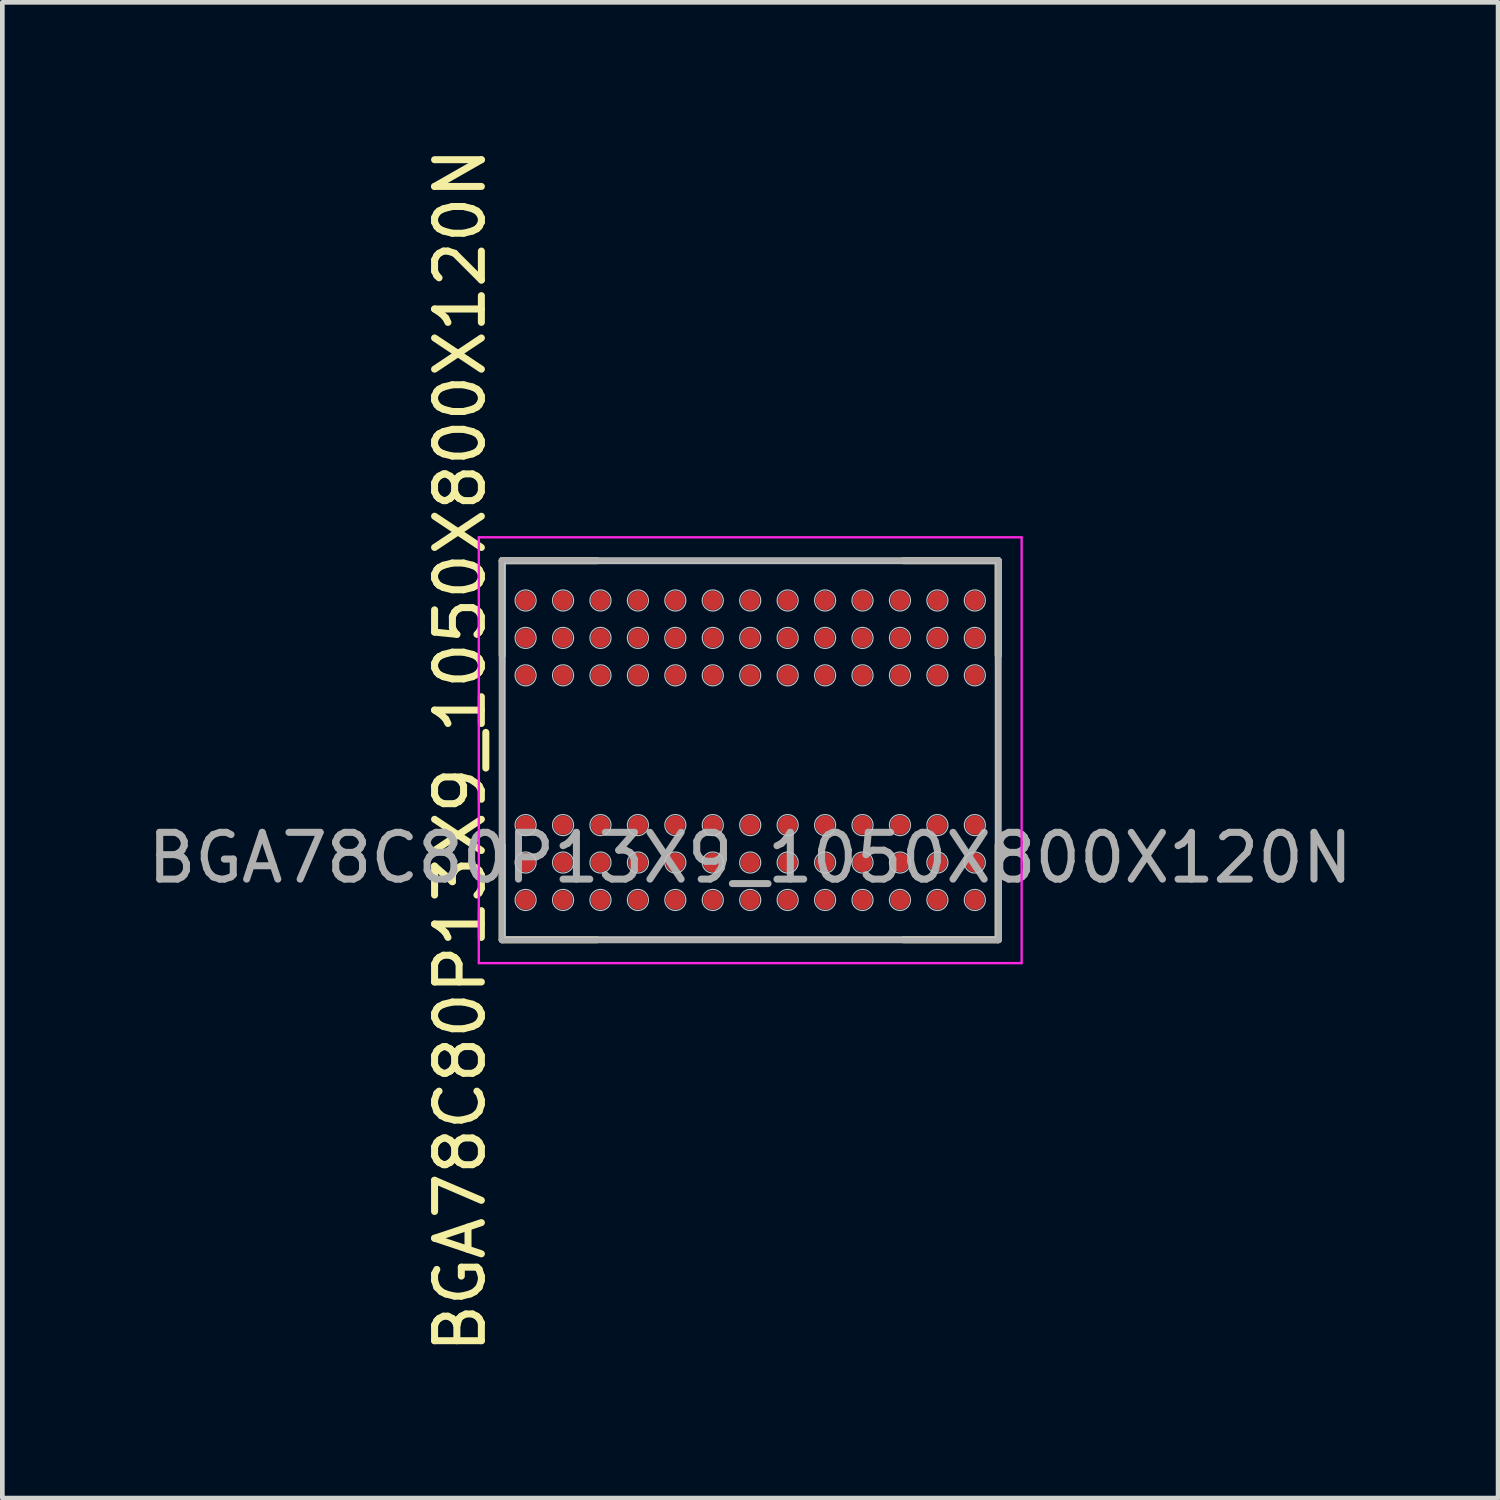
<source format=kicad_pcb>
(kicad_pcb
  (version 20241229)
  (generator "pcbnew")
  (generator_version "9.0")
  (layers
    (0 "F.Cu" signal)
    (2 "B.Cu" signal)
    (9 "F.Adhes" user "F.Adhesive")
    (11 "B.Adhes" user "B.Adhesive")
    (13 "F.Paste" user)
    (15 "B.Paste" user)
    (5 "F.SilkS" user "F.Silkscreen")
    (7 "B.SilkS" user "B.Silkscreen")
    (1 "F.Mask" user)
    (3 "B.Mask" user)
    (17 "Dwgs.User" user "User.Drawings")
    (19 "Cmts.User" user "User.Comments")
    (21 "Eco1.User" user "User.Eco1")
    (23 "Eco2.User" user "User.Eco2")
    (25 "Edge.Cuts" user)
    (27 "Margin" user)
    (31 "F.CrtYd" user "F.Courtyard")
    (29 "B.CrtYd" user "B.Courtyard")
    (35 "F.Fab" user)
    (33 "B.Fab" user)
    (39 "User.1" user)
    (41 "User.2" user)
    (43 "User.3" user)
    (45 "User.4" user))
  (footprint "BGA78C80P13X9_1050X800X120N"
    (layer "F.Cu")
    (at 12.982 12.982)
    (property "Reference" "BGA78C80P13X9_1050X800X120N" (at 0 2.3 0) (layer "F.Fab") (effects (font (size 1 1) (thickness 0.15))))
    (attr smd)
    (fp_line (start -5.3 -4.05) (end -5.3 -2.025) (stroke (width 0.15) (type solid)) (layer "F.SilkS"))
    (fp_line (start -5.3 4.05) (end -5.3 2.025) (stroke (width 0.15) (type solid)) (layer "F.SilkS"))
    (fp_line (start -3.275 -4.05) (end -5.3 -4.05) (stroke (width 0.15) (type solid)) (layer "F.SilkS"))
    (fp_line (start -3.275 4.05) (end -5.3 4.05) (stroke (width 0.15) (type solid)) (layer "F.SilkS"))
    (fp_line (start 3.275 -4.05) (end 5.3 -4.05) (stroke (width 0.15) (type solid)) (layer "F.SilkS"))
    (fp_line (start 3.275 4.05) (end 5.3 4.05) (stroke (width 0.15) (type solid)) (layer "F.SilkS"))
    (fp_line (start 5.3 -4.05) (end 5.3 -2.025) (stroke (width 0.15) (type solid)) (layer "F.SilkS"))
    (fp_line (start 5.3 4.05) (end 5.3 2.025) (stroke (width 0.15) (type solid)) (layer "F.SilkS"))
    (fp_line (start -5.25 -4) (end 5.25 -4) (stroke (width 0.025) (type solid)) (layer "Dwgs.User"))
    (fp_line (start -5.25 4) (end -5.25 -4) (stroke (width 0.025) (type solid)) (layer "Dwgs.User"))
    (fp_line (start 5.25 -4) (end 5.25 4) (stroke (width 0.025) (type solid)) (layer "Dwgs.User"))
    (fp_line (start 5.25 4) (end -5.25 4) (stroke (width 0.025) (type solid)) (layer "Dwgs.User"))
    (fp_circle (center -4.8 -3.2) (end -4.8 -2.975) (stroke (width 0.025) (type solid)) (fill no) (layer "Dwgs.User"))
    (fp_circle (center -4.8 -2.4) (end -4.8 -2.175) (stroke (width 0.025) (type solid)) (fill no) (layer "Dwgs.User"))
    (fp_circle (center -4.8 -1.6) (end -4.8 -1.375) (stroke (width 0.025) (type solid)) (fill no) (layer "Dwgs.User"))
    (fp_circle (center -4.8 1.6) (end -4.8 1.825) (stroke (width 0.025) (type solid)) (fill no) (layer "Dwgs.User"))
    (fp_circle (center -4.8 2.4) (end -4.8 2.625) (stroke (width 0.025) (type solid)) (fill no) (layer "Dwgs.User"))
    (fp_circle (center -4.8 3.2) (end -4.8 3.425) (stroke (width 0.025) (type solid)) (fill no) (layer "Dwgs.User"))
    (fp_circle (center -4 -3.2) (end -4 -2.975) (stroke (width 0.025) (type solid)) (fill no) (layer "Dwgs.User"))
    (fp_circle (center -4 -2.4) (end -4 -2.175) (stroke (width 0.025) (type solid)) (fill no) (layer "Dwgs.User"))
    (fp_circle (center -4 -1.6) (end -4 -1.375) (stroke (width 0.025) (type solid)) (fill no) (layer "Dwgs.User"))
    (fp_circle (center -4 1.6) (end -4 1.825) (stroke (width 0.025) (type solid)) (fill no) (layer "Dwgs.User"))
    (fp_circle (center -4 2.4) (end -4 2.625) (stroke (width 0.025) (type solid)) (fill no) (layer "Dwgs.User"))
    (fp_circle (center -4 3.2) (end -4 3.425) (stroke (width 0.025) (type solid)) (fill no) (layer "Dwgs.User"))
    (fp_circle (center -3.2 -3.2) (end -3.2 -2.975) (stroke (width 0.025) (type solid)) (fill no) (layer "Dwgs.User"))
    (fp_circle (center -3.2 -2.4) (end -3.2 -2.175) (stroke (width 0.025) (type solid)) (fill no) (layer "Dwgs.User"))
    (fp_circle (center -3.2 -1.6) (end -3.2 -1.375) (stroke (width 0.025) (type solid)) (fill no) (layer "Dwgs.User"))
    (fp_circle (center -3.2 1.6) (end -3.2 1.825) (stroke (width 0.025) (type solid)) (fill no) (layer "Dwgs.User"))
    (fp_circle (center -3.2 2.4) (end -3.2 2.625) (stroke (width 0.025) (type solid)) (fill no) (layer "Dwgs.User"))
    (fp_circle (center -3.2 3.2) (end -3.2 3.425) (stroke (width 0.025) (type solid)) (fill no) (layer "Dwgs.User"))
    (fp_circle (center -2.4 -3.2) (end -2.4 -2.975) (stroke (width 0.025) (type solid)) (fill no) (layer "Dwgs.User"))
    (fp_circle (center -2.4 -2.4) (end -2.4 -2.175) (stroke (width 0.025) (type solid)) (fill no) (layer "Dwgs.User"))
    (fp_circle (center -2.4 -1.6) (end -2.4 -1.375) (stroke (width 0.025) (type solid)) (fill no) (layer "Dwgs.User"))
    (fp_circle (center -2.4 1.6) (end -2.4 1.825) (stroke (width 0.025) (type solid)) (fill no) (layer "Dwgs.User"))
    (fp_circle (center -2.4 2.4) (end -2.4 2.625) (stroke (width 0.025) (type solid)) (fill no) (layer "Dwgs.User"))
    (fp_circle (center -2.4 3.2) (end -2.4 3.425) (stroke (width 0.025) (type solid)) (fill no) (layer "Dwgs.User"))
    (fp_circle (center -1.6 -3.2) (end -1.6 -2.975) (stroke (width 0.025) (type solid)) (fill no) (layer "Dwgs.User"))
    (fp_circle (center -1.6 -2.4) (end -1.6 -2.175) (stroke (width 0.025) (type solid)) (fill no) (layer "Dwgs.User"))
    (fp_circle (center -1.6 -1.6) (end -1.6 -1.375) (stroke (width 0.025) (type solid)) (fill no) (layer "Dwgs.User"))
    (fp_circle (center -1.6 1.6) (end -1.6 1.825) (stroke (width 0.025) (type solid)) (fill no) (layer "Dwgs.User"))
    (fp_circle (center -1.6 2.4) (end -1.6 2.625) (stroke (width 0.025) (type solid)) (fill no) (layer "Dwgs.User"))
    (fp_circle (center -1.6 3.2) (end -1.6 3.425) (stroke (width 0.025) (type solid)) (fill no) (layer "Dwgs.User"))
    (fp_circle (center -0.8 -3.2) (end -0.8 -2.975) (stroke (width 0.025) (type solid)) (fill no) (layer "Dwgs.User"))
    (fp_circle (center -0.8 -2.4) (end -0.8 -2.175) (stroke (width 0.025) (type solid)) (fill no) (layer "Dwgs.User"))
    (fp_circle (center -0.8 -1.6) (end -0.8 -1.375) (stroke (width 0.025) (type solid)) (fill no) (layer "Dwgs.User"))
    (fp_circle (center -0.8 1.6) (end -0.8 1.825) (stroke (width 0.025) (type solid)) (fill no) (layer "Dwgs.User"))
    (fp_circle (center -0.8 2.4) (end -0.8 2.625) (stroke (width 0.025) (type solid)) (fill no) (layer "Dwgs.User"))
    (fp_circle (center -0.8 3.2) (end -0.8 3.425) (stroke (width 0.025) (type solid)) (fill no) (layer "Dwgs.User"))
    (fp_circle (center 0 -3.2) (end 0 -2.975) (stroke (width 0.025) (type solid)) (fill no) (layer "Dwgs.User"))
    (fp_circle (center 0 -2.4) (end 0 -2.175) (stroke (width 0.025) (type solid)) (fill no) (layer "Dwgs.User"))
    (fp_circle (center 0 -1.6) (end 0 -1.375) (stroke (width 0.025) (type solid)) (fill no) (layer "Dwgs.User"))
    (fp_circle (center 0 1.6) (end 0 1.825) (stroke (width 0.025) (type solid)) (fill no) (layer "Dwgs.User"))
    (fp_circle (center 0 2.4) (end 0 2.625) (stroke (width 0.025) (type solid)) (fill no) (layer "Dwgs.User"))
    (fp_circle (center 0 3.2) (end 0 3.425) (stroke (width 0.025) (type solid)) (fill no) (layer "Dwgs.User"))
    (fp_circle (center 0.8 -3.2) (end 0.8 -2.975) (stroke (width 0.025) (type solid)) (fill no) (layer "Dwgs.User"))
    (fp_circle (center 0.8 -2.4) (end 0.8 -2.175) (stroke (width 0.025) (type solid)) (fill no) (layer "Dwgs.User"))
    (fp_circle (center 0.8 -1.6) (end 0.8 -1.375) (stroke (width 0.025) (type solid)) (fill no) (layer "Dwgs.User"))
    (fp_circle (center 0.8 1.6) (end 0.8 1.825) (stroke (width 0.025) (type solid)) (fill no) (layer "Dwgs.User"))
    (fp_circle (center 0.8 2.4) (end 0.8 2.625) (stroke (width 0.025) (type solid)) (fill no) (layer "Dwgs.User"))
    (fp_circle (center 0.8 3.2) (end 0.8 3.425) (stroke (width 0.025) (type solid)) (fill no) (layer "Dwgs.User"))
    (fp_circle (center 1.6 -3.2) (end 1.6 -2.975) (stroke (width 0.025) (type solid)) (fill no) (layer "Dwgs.User"))
    (fp_circle (center 1.6 -2.4) (end 1.6 -2.175) (stroke (width 0.025) (type solid)) (fill no) (layer "Dwgs.User"))
    (fp_circle (center 1.6 -1.6) (end 1.6 -1.375) (stroke (width 0.025) (type solid)) (fill no) (layer "Dwgs.User"))
    (fp_circle (center 1.6 1.6) (end 1.6 1.825) (stroke (width 0.025) (type solid)) (fill no) (layer "Dwgs.User"))
    (fp_circle (center 1.6 2.4) (end 1.6 2.625) (stroke (width 0.025) (type solid)) (fill no) (layer "Dwgs.User"))
    (fp_circle (center 1.6 3.2) (end 1.6 3.425) (stroke (width 0.025) (type solid)) (fill no) (layer "Dwgs.User"))
    (fp_circle (center 2.4 -3.2) (end 2.4 -2.975) (stroke (width 0.025) (type solid)) (fill no) (layer "Dwgs.User"))
    (fp_circle (center 2.4 -2.4) (end 2.4 -2.175) (stroke (width 0.025) (type solid)) (fill no) (layer "Dwgs.User"))
    (fp_circle (center 2.4 -1.6) (end 2.4 -1.375) (stroke (width 0.025) (type solid)) (fill no) (layer "Dwgs.User"))
    (fp_circle (center 2.4 1.6) (end 2.4 1.825) (stroke (width 0.025) (type solid)) (fill no) (layer "Dwgs.User"))
    (fp_circle (center 2.4 2.4) (end 2.4 2.625) (stroke (width 0.025) (type solid)) (fill no) (layer "Dwgs.User"))
    (fp_circle (center 2.4 3.2) (end 2.4 3.425) (stroke (width 0.025) (type solid)) (fill no) (layer "Dwgs.User"))
    (fp_circle (center 3.2 -3.2) (end 3.2 -2.975) (stroke (width 0.025) (type solid)) (fill no) (layer "Dwgs.User"))
    (fp_circle (center 3.2 -2.4) (end 3.2 -2.175) (stroke (width 0.025) (type solid)) (fill no) (layer "Dwgs.User"))
    (fp_circle (center 3.2 -1.6) (end 3.2 -1.375) (stroke (width 0.025) (type solid)) (fill no) (layer "Dwgs.User"))
    (fp_circle (center 3.2 1.6) (end 3.2 1.825) (stroke (width 0.025) (type solid)) (fill no) (layer "Dwgs.User"))
    (fp_circle (center 3.2 2.4) (end 3.2 2.625) (stroke (width 0.025) (type solid)) (fill no) (layer "Dwgs.User"))
    (fp_circle (center 3.2 3.2) (end 3.2 3.425) (stroke (width 0.025) (type solid)) (fill no) (layer "Dwgs.User"))
    (fp_circle (center 4 -3.2) (end 4 -2.975) (stroke (width 0.025) (type solid)) (fill no) (layer "Dwgs.User"))
    (fp_circle (center 4 -2.4) (end 4 -2.175) (stroke (width 0.025) (type solid)) (fill no) (layer "Dwgs.User"))
    (fp_circle (center 4 -1.6) (end 4 -1.375) (stroke (width 0.025) (type solid)) (fill no) (layer "Dwgs.User"))
    (fp_circle (center 4 1.6) (end 4 1.825) (stroke (width 0.025) (type solid)) (fill no) (layer "Dwgs.User"))
    (fp_circle (center 4 2.4) (end 4 2.625) (stroke (width 0.025) (type solid)) (fill no) (layer "Dwgs.User"))
    (fp_circle (center 4 3.2) (end 4 3.425) (stroke (width 0.025) (type solid)) (fill no) (layer "Dwgs.User"))
    (fp_circle (center 4.8 -3.2) (end 4.8 -2.975) (stroke (width 0.025) (type solid)) (fill no) (layer "Dwgs.User"))
    (fp_circle (center 4.8 -2.4) (end 4.8 -2.175) (stroke (width 0.025) (type solid)) (fill no) (layer "Dwgs.User"))
    (fp_circle (center 4.8 -1.6) (end 4.8 -1.375) (stroke (width 0.025) (type solid)) (fill no) (layer "Dwgs.User"))
    (fp_circle (center 4.8 1.6) (end 4.8 1.825) (stroke (width 0.025) (type solid)) (fill no) (layer "Dwgs.User"))
    (fp_circle (center 4.8 2.4) (end 4.8 2.625) (stroke (width 0.025) (type solid)) (fill no) (layer "Dwgs.User"))
    (fp_circle (center 4.8 3.2) (end 4.8 3.425) (stroke (width 0.025) (type solid)) (fill no) (layer "Dwgs.User"))
    (fp_line (start -5.8 -4.55) (end 5.8 -4.55) (stroke (width 0.05) (type solid)) (layer "F.CrtYd"))
    (fp_line (start -5.8 4.55) (end -5.8 -4.55) (stroke (width 0.05) (type solid)) (layer "F.CrtYd"))
    (fp_line (start 5.8 -4.55) (end 5.8 4.55) (stroke (width 0.05) (type solid)) (layer "F.CrtYd"))
    (fp_line (start 5.8 4.55) (end -5.8 4.55) (stroke (width 0.05) (type solid)) (layer "F.CrtYd"))
    (fp_line (start -5.3 -4.05) (end 5.3 -4.05) (stroke (width 0.15) (type solid)) (layer "F.Fab"))
    (fp_line (start -5.3 4.05) (end -5.3 -4.05) (stroke (width 0.15) (type solid)) (layer "F.Fab"))
    (fp_line (start 5.3 -4.05) (end 5.3 4.05) (stroke (width 0.15) (type solid)) (layer "F.Fab"))
    (fp_line (start 5.3 4.05) (end -5.3 4.05) (stroke (width 0.15) (type solid)) (layer "F.Fab"))
    (fp_text user "${REFERENCE}" (at -6.2 0 90) (layer "F.SilkS") (effects (font (size 1 1) (thickness 0.15))))
    (pad "A1" smd circle (at -4.8 3.2) (size 0.41 0.41) (layers "F.Cu" "F.Mask" "F.Paste"))
    (pad "A2" smd circle (at -4.8 2.4) (size 0.41 0.41) (layers "F.Cu" "F.Mask" "F.Paste"))
    (pad "A3" smd circle (at -4.8 1.6) (size 0.41 0.41) (layers "F.Cu" "F.Mask" "F.Paste"))
    (pad "A7" smd circle (at -4.8 -1.6) (size 0.41 0.41) (layers "F.Cu" "F.Mask" "F.Paste"))
    (pad "A8" smd circle (at -4.8 -2.4) (size 0.41 0.41) (layers "F.Cu" "F.Mask" "F.Paste"))
    (pad "A9" smd circle (at -4.8 -3.2) (size 0.41 0.41) (layers "F.Cu" "F.Mask" "F.Paste"))
    (pad "B1" smd circle (at -4 3.2) (size 0.41 0.41) (layers "F.Cu" "F.Mask" "F.Paste"))
    (pad "B2" smd circle (at -4 2.4) (size 0.41 0.41) (layers "F.Cu" "F.Mask" "F.Paste"))
    (pad "B3" smd circle (at -4 1.6) (size 0.41 0.41) (layers "F.Cu" "F.Mask" "F.Paste"))
    (pad "B7" smd circle (at -4 -1.6) (size 0.41 0.41) (layers "F.Cu" "F.Mask" "F.Paste"))
    (pad "B8" smd circle (at -4 -2.4) (size 0.41 0.41) (layers "F.Cu" "F.Mask" "F.Paste"))
    (pad "B9" smd circle (at -4 -3.2) (size 0.41 0.41) (layers "F.Cu" "F.Mask" "F.Paste"))
    (pad "C1" smd circle (at -3.2 3.2) (size 0.41 0.41) (layers "F.Cu" "F.Mask" "F.Paste"))
    (pad "C2" smd circle (at -3.2 2.4) (size 0.41 0.41) (layers "F.Cu" "F.Mask" "F.Paste"))
    (pad "C3" smd circle (at -3.2 1.6) (size 0.41 0.41) (layers "F.Cu" "F.Mask" "F.Paste"))
    (pad "C7" smd circle (at -3.2 -1.6) (size 0.41 0.41) (layers "F.Cu" "F.Mask" "F.Paste"))
    (pad "C8" smd circle (at -3.2 -2.4) (size 0.41 0.41) (layers "F.Cu" "F.Mask" "F.Paste"))
    (pad "C9" smd circle (at -3.2 -3.2) (size 0.41 0.41) (layers "F.Cu" "F.Mask" "F.Paste"))
    (pad "D1" smd circle (at -2.4 3.2) (size 0.41 0.41) (layers "F.Cu" "F.Mask" "F.Paste"))
    (pad "D2" smd circle (at -2.4 2.4) (size 0.41 0.41) (layers "F.Cu" "F.Mask" "F.Paste"))
    (pad "D3" smd circle (at -2.4 1.6) (size 0.41 0.41) (layers "F.Cu" "F.Mask" "F.Paste"))
    (pad "D7" smd circle (at -2.4 -1.6) (size 0.41 0.41) (layers "F.Cu" "F.Mask" "F.Paste"))
    (pad "D8" smd circle (at -2.4 -2.4) (size 0.41 0.41) (layers "F.Cu" "F.Mask" "F.Paste"))
    (pad "D9" smd circle (at -2.4 -3.2) (size 0.41 0.41) (layers "F.Cu" "F.Mask" "F.Paste"))
    (pad "E1" smd circle (at -1.6 3.2) (size 0.41 0.41) (layers "F.Cu" "F.Mask" "F.Paste"))
    (pad "E2" smd circle (at -1.6 2.4) (size 0.41 0.41) (layers "F.Cu" "F.Mask" "F.Paste"))
    (pad "E3" smd circle (at -1.6 1.6) (size 0.41 0.41) (layers "F.Cu" "F.Mask" "F.Paste"))
    (pad "E7" smd circle (at -1.6 -1.6) (size 0.41 0.41) (layers "F.Cu" "F.Mask" "F.Paste"))
    (pad "E8" smd circle (at -1.6 -2.4) (size 0.41 0.41) (layers "F.Cu" "F.Mask" "F.Paste"))
    (pad "E9" smd circle (at -1.6 -3.2) (size 0.41 0.41) (layers "F.Cu" "F.Mask" "F.Paste"))
    (pad "F1" smd circle (at -0.8 3.2) (size 0.41 0.41) (layers "F.Cu" "F.Mask" "F.Paste"))
    (pad "F2" smd circle (at -0.8 2.4) (size 0.41 0.41) (layers "F.Cu" "F.Mask" "F.Paste"))
    (pad "F3" smd circle (at -0.8 1.6) (size 0.41 0.41) (layers "F.Cu" "F.Mask" "F.Paste"))
    (pad "F7" smd circle (at -0.8 -1.6) (size 0.41 0.41) (layers "F.Cu" "F.Mask" "F.Paste"))
    (pad "F8" smd circle (at -0.8 -2.4) (size 0.41 0.41) (layers "F.Cu" "F.Mask" "F.Paste"))
    (pad "F9" smd circle (at -0.8 -3.2) (size 0.41 0.41) (layers "F.Cu" "F.Mask" "F.Paste"))
    (pad "G1" smd circle (at 0 3.2) (size 0.41 0.41) (layers "F.Cu" "F.Mask" "F.Paste"))
    (pad "G2" smd circle (at 0 2.4) (size 0.41 0.41) (layers "F.Cu" "F.Mask" "F.Paste"))
    (pad "G3" smd circle (at 0 1.6) (size 0.41 0.41) (layers "F.Cu" "F.Mask" "F.Paste"))
    (pad "G7" smd circle (at 0 -1.6) (size 0.41 0.41) (layers "F.Cu" "F.Mask" "F.Paste"))
    (pad "G8" smd circle (at 0 -2.4) (size 0.41 0.41) (layers "F.Cu" "F.Mask" "F.Paste"))
    (pad "G9" smd circle (at 0 -3.2) (size 0.41 0.41) (layers "F.Cu" "F.Mask" "F.Paste"))
    (pad "H1" smd circle (at 0.8 3.2) (size 0.41 0.41) (layers "F.Cu" "F.Mask" "F.Paste"))
    (pad "H2" smd circle (at 0.8 2.4) (size 0.41 0.41) (layers "F.Cu" "F.Mask" "F.Paste"))
    (pad "H3" smd circle (at 0.8 1.6) (size 0.41 0.41) (layers "F.Cu" "F.Mask" "F.Paste"))
    (pad "H7" smd circle (at 0.8 -1.6) (size 0.41 0.41) (layers "F.Cu" "F.Mask" "F.Paste"))
    (pad "H8" smd circle (at 0.8 -2.4) (size 0.41 0.41) (layers "F.Cu" "F.Mask" "F.Paste"))
    (pad "H9" smd circle (at 0.8 -3.2) (size 0.41 0.41) (layers "F.Cu" "F.Mask" "F.Paste"))
    (pad "J1" smd circle (at 1.6 3.2) (size 0.41 0.41) (layers "F.Cu" "F.Mask" "F.Paste"))
    (pad "J2" smd circle (at 1.6 2.4) (size 0.41 0.41) (layers "F.Cu" "F.Mask" "F.Paste"))
    (pad "J3" smd circle (at 1.6 1.6) (size 0.41 0.41) (layers "F.Cu" "F.Mask" "F.Paste"))
    (pad "J7" smd circle (at 1.6 -1.6) (size 0.41 0.41) (layers "F.Cu" "F.Mask" "F.Paste"))
    (pad "J8" smd circle (at 1.6 -2.4) (size 0.41 0.41) (layers "F.Cu" "F.Mask" "F.Paste"))
    (pad "J9" smd circle (at 1.6 -3.2) (size 0.41 0.41) (layers "F.Cu" "F.Mask" "F.Paste"))
    (pad "K1" smd circle (at 2.4 3.2) (size 0.41 0.41) (layers "F.Cu" "F.Mask" "F.Paste"))
    (pad "K2" smd circle (at 2.4 2.4) (size 0.41 0.41) (layers "F.Cu" "F.Mask" "F.Paste"))
    (pad "K3" smd circle (at 2.4 1.6) (size 0.41 0.41) (layers "F.Cu" "F.Mask" "F.Paste"))
    (pad "K7" smd circle (at 2.4 -1.6) (size 0.41 0.41) (layers "F.Cu" "F.Mask" "F.Paste"))
    (pad "K8" smd circle (at 2.4 -2.4) (size 0.41 0.41) (layers "F.Cu" "F.Mask" "F.Paste"))
    (pad "K9" smd circle (at 2.4 -3.2) (size 0.41 0.41) (layers "F.Cu" "F.Mask" "F.Paste"))
    (pad "L1" smd circle (at 3.2 3.2) (size 0.41 0.41) (layers "F.Cu" "F.Mask" "F.Paste"))
    (pad "L2" smd circle (at 3.2 2.4) (size 0.41 0.41) (layers "F.Cu" "F.Mask" "F.Paste"))
    (pad "L3" smd circle (at 3.2 1.6) (size 0.41 0.41) (layers "F.Cu" "F.Mask" "F.Paste"))
    (pad "L7" smd circle (at 3.2 -1.6) (size 0.41 0.41) (layers "F.Cu" "F.Mask" "F.Paste"))
    (pad "L8" smd circle (at 3.2 -2.4) (size 0.41 0.41) (layers "F.Cu" "F.Mask" "F.Paste"))
    (pad "L9" smd circle (at 3.2 -3.2) (size 0.41 0.41) (layers "F.Cu" "F.Mask" "F.Paste"))
    (pad "M1" smd circle (at 4 3.2) (size 0.41 0.41) (layers "F.Cu" "F.Mask" "F.Paste"))
    (pad "M2" smd circle (at 4 2.4) (size 0.41 0.41) (layers "F.Cu" "F.Mask" "F.Paste"))
    (pad "M3" smd circle (at 4 1.6) (size 0.41 0.41) (layers "F.Cu" "F.Mask" "F.Paste"))
    (pad "M7" smd circle (at 4 -1.6) (size 0.41 0.41) (layers "F.Cu" "F.Mask" "F.Paste"))
    (pad "M8" smd circle (at 4 -2.4) (size 0.41 0.41) (layers "F.Cu" "F.Mask" "F.Paste"))
    (pad "M9" smd circle (at 4 -3.2) (size 0.41 0.41) (layers "F.Cu" "F.Mask" "F.Paste"))
    (pad "N1" smd circle (at 4.8 3.2) (size 0.41 0.41) (layers "F.Cu" "F.Mask" "F.Paste"))
    (pad "N2" smd circle (at 4.8 2.4) (size 0.41 0.41) (layers "F.Cu" "F.Mask" "F.Paste"))
    (pad "N3" smd circle (at 4.8 1.6) (size 0.41 0.41) (layers "F.Cu" "F.Mask" "F.Paste"))
    (pad "N7" smd circle (at 4.8 -1.6) (size 0.41 0.41) (layers "F.Cu" "F.Mask" "F.Paste"))
    (pad "N8" smd circle (at 4.8 -2.4) (size 0.41 0.41) (layers "F.Cu" "F.Mask" "F.Paste"))
    (pad "N9" smd circle (at 4.8 -3.2) (size 0.41 0.41) (layers "F.Cu" "F.Mask" "F.Paste")))
  (gr_rect
    (start -3 -3)
    (end 28.964 28.964)
    (stroke (width 0.1) (type default))
    (fill no)
    (layer "Edge.Cuts")))
</source>
